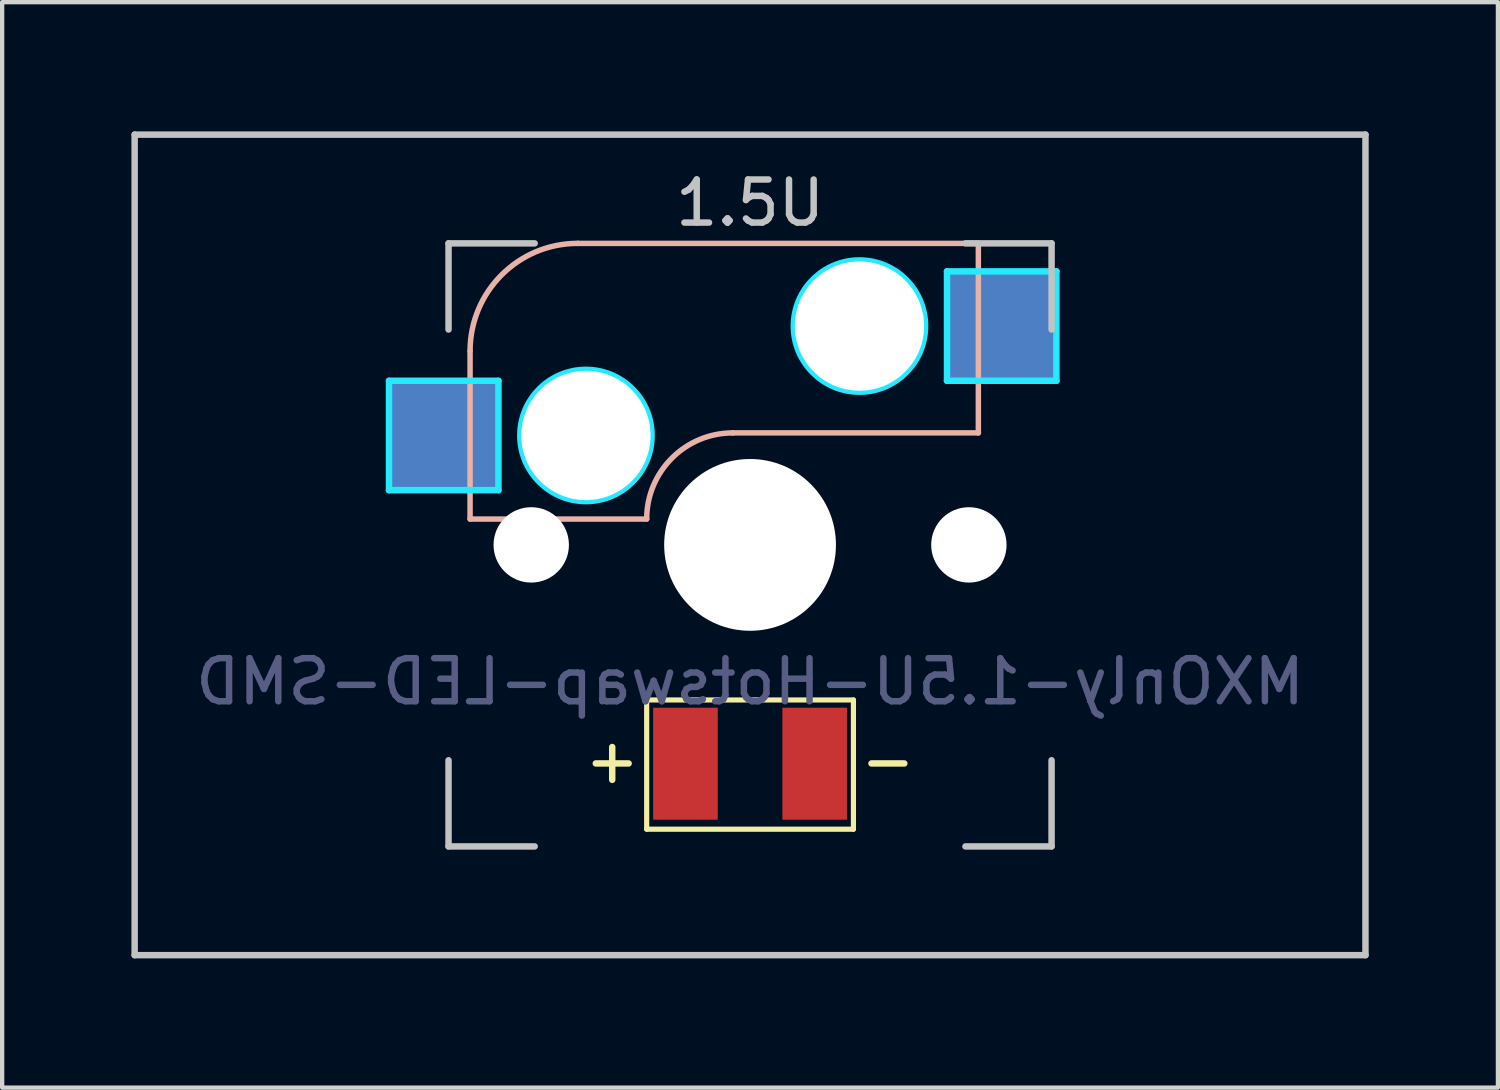
<source format=kicad_pcb>
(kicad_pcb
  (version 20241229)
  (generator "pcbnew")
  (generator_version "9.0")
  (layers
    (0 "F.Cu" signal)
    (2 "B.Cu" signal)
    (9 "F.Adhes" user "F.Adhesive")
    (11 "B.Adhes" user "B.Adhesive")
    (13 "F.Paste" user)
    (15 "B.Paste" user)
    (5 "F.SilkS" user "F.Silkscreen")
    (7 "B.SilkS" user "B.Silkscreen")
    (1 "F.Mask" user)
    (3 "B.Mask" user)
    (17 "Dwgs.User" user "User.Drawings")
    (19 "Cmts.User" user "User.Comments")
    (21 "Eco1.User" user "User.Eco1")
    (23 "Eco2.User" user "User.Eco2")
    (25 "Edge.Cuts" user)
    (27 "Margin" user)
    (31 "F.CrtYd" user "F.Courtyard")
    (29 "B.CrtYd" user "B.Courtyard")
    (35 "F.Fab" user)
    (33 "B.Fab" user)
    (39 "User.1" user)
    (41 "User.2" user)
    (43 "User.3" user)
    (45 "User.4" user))
  (footprint "MXOnly-1.5U-Hotswap-LED-SMD"
    (layer "F.Cu")
    (at 14.363 9.6)
    (property "Reference" "MXOnly-1.5U-Hotswap-LED-SMD" (at 0 3.175 0) (layer "B.Fab") (effects (font (size 1 1) (thickness 0.15)) (justify mirror)))
    (attr through_hole)
    (fp_line (start -2.4 3.6) (end -2.4 6.6) (stroke (width 0.12) (type solid)) (layer "F.SilkS"))
    (fp_line (start -2.4 6.6) (end 2.4 6.6) (stroke (width 0.12) (type solid)) (layer "F.SilkS"))
    (fp_line (start 2.4 3.6) (end -2.4 3.6) (stroke (width 0.12) (type solid)) (layer "F.SilkS"))
    (fp_line (start 2.4 6.6) (end 2.4 3.6) (stroke (width 0.12) (type solid)) (layer "F.SilkS"))
    (fp_line (start -6.5 -4.5) (end -6.5 -0.6) (stroke (width 0.127) (type solid)) (layer "B.SilkS"))
    (fp_line (start -6.5 -0.6) (end -2.4 -0.6) (stroke (width 0.127) (type solid)) (layer "B.SilkS"))
    (fp_line (start -0.4 -2.6) (end 5.3 -2.6) (stroke (width 0.127) (type solid)) (layer "B.SilkS"))
    (fp_line (start 5.3 -7) (end -4 -7) (stroke (width 0.127) (type solid)) (layer "B.SilkS"))
    (fp_line (start 5.3 -7) (end 5.3 -2.6) (stroke (width 0.127) (type solid)) (layer "B.SilkS"))
    (fp_arc (start -6.5 -4.5) (mid -5.767767 -6.267767) (end -4 -7) (stroke (width 0.127) (type solid)) (layer "B.SilkS"))
    (fp_arc (start -2.4 -0.6) (mid -1.814214 -2.014214) (end -0.4 -2.6) (stroke (width 0.127) (type solid)) (layer "B.SilkS"))
    (fp_line (start -14.287 -9.525) (end 14.287 -9.525) (stroke (width 0.15) (type solid)) (layer "Dwgs.User"))
    (fp_line (start -14.287 9.525) (end -14.287 -9.525) (stroke (width 0.15) (type solid)) (layer "Dwgs.User"))
    (fp_line (start -7 -7) (end -7 -5) (stroke (width 0.15) (type solid)) (layer "Dwgs.User"))
    (fp_line (start -7 5) (end -7 7) (stroke (width 0.15) (type solid)) (layer "Dwgs.User"))
    (fp_line (start -7 7) (end -5 7) (stroke (width 0.15) (type solid)) (layer "Dwgs.User"))
    (fp_line (start -5 -7) (end -7 -7) (stroke (width 0.15) (type solid)) (layer "Dwgs.User"))
    (fp_line (start 5 -7) (end 7 -7) (stroke (width 0.15) (type solid)) (layer "Dwgs.User"))
    (fp_line (start 5 7) (end 7 7) (stroke (width 0.15) (type solid)) (layer "Dwgs.User"))
    (fp_line (start 7 -7) (end 7 -5) (stroke (width 0.15) (type solid)) (layer "Dwgs.User"))
    (fp_line (start 7 7) (end 7 5) (stroke (width 0.15) (type solid)) (layer "Dwgs.User"))
    (fp_line (start 14.287 -9.525) (end 14.287 9.525) (stroke (width 0.15) (type solid)) (layer "Dwgs.User"))
    (fp_line (start 14.287 9.525) (end -14.287 9.525) (stroke (width 0.15) (type solid)) (layer "Dwgs.User"))
    (fp_line (start -8.382 -3.81) (end -5.842 -3.81) (stroke (width 0.15) (type solid)) (layer "B.CrtYd"))
    (fp_line (start -8.382 -1.27) (end -8.382 -3.81) (stroke (width 0.15) (type solid)) (layer "B.CrtYd"))
    (fp_line (start -5.842 -3.81) (end -5.842 -1.27) (stroke (width 0.15) (type solid)) (layer "B.CrtYd"))
    (fp_line (start -5.842 -1.27) (end -8.382 -1.27) (stroke (width 0.15) (type solid)) (layer "B.CrtYd"))
    (fp_line (start 4.572 -6.35) (end 7.112 -6.35) (stroke (width 0.15) (type solid)) (layer "B.CrtYd"))
    (fp_line (start 4.572 -3.81) (end 4.572 -6.35) (stroke (width 0.15) (type solid)) (layer "B.CrtYd"))
    (fp_line (start 7.112 -6.35) (end 7.112 -3.81) (stroke (width 0.15) (type solid)) (layer "B.CrtYd"))
    (fp_line (start 7.112 -3.81) (end 4.572 -3.81) (stroke (width 0.15) (type solid)) (layer "B.CrtYd"))
    (fp_circle (center -3.81 -2.54) (end -3.81 -4.064) (stroke (width 0.15) (type solid)) (fill no) (layer "B.CrtYd"))
    (fp_circle (center 2.54 -5.08) (end 2.54 -6.604) (stroke (width 0.15) (type solid)) (fill no) (layer "B.CrtYd"))
    (fp_text user "+" (at -3.2 5 0) (layer "F.SilkS") (effects (font (size 1 1) (thickness 0.15))))
    (fp_text user "-" (at 3.2 5 0) (layer "F.SilkS") (effects (font (size 1 1) (thickness 0.15))))
    (fp_text user "1.5U" (at 0 -7.938 0) (layer "Dwgs.User") (effects (font (size 1 1) (thickness 0.15))))
    (pad "" np_thru_hole circle (at -5.08 0 48.1) (size 1.75 1.75) (drill 1.75) (layers "*.Cu" "*.Mask"))
    (pad "" np_thru_hole circle (at -3.81 -2.54) (size 3 3) (drill 3) (layers "*.Cu" "*.Mask"))
    (pad "" np_thru_hole circle (at 0 0) (size 3.988 3.988) (drill 3.988) (layers "*.Cu" "*.Mask"))
    (pad "" np_thru_hole circle (at 2.54 -5.08) (size 3 3) (drill 3) (layers "*.Cu" "*.Mask"))
    (pad "" np_thru_hole circle (at 5.08 0 48.1) (size 1.75 1.75) (drill 1.75) (layers "*.Cu" "*.Mask"))
    (pad "1" smd rect (at -7.085 -2.54) (size 2.55 2.5) (layers "B.Cu" "B.Mask" "B.Paste"))
    (pad "2" smd rect (at 5.842 -5.08) (size 2.55 2.5) (layers "B.Cu" "B.Mask" "B.Paste"))
    (pad "3" smd rect (at -1.5 5.08) (size 1.5 2.6) (layers "F.Cu" "F.Mask" "F.Paste"))
    (pad "4" smd rect (at 1.5 5.08) (size 1.5 2.6) (layers "F.Cu" "F.Mask" "F.Paste")))
  (gr_rect
    (start -3 -3)
    (end 31.725 22.2)
    (stroke (width 0.1) (type default))
    (fill no)
    (layer "Edge.Cuts")))
</source>
